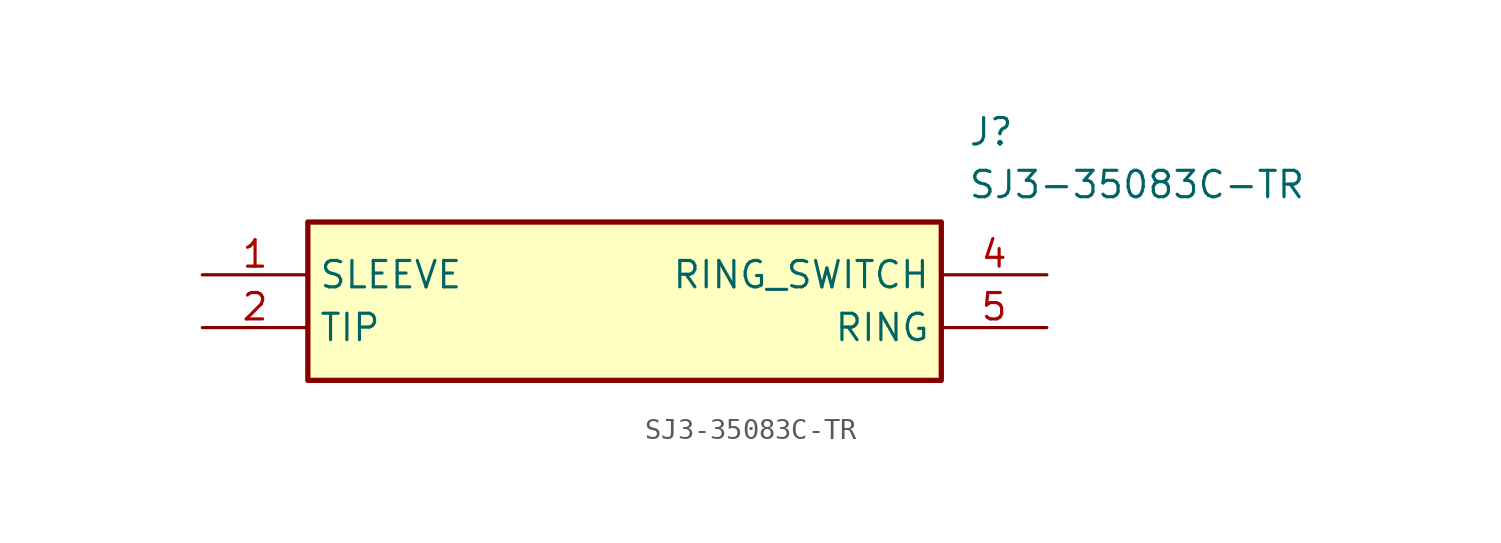
<source format=kicad_sym>
(kicad_symbol_lib
  (version 20211014)
  (generator SamacSys_ECAD_Model)
  (symbol "SJ3-35083C-TR"
    (property "Reference" "J"
      (at 36.83 7.62 0)
      (effects (font (size 1.27 1.27)) (justify left top)))
    (property "Value" "SJ3-35083C-TR"
      (at 36.83 5.08 0)
      (effects (font (size 1.27 1.27)) (justify left top)))
    (rectangle
      (start 5.08 2.54)
      (end 35.56 -5.08)
      (stroke (width 0.254) (type default))
      (fill (type background)))
    (pin passive line
      (at 0 0 0)
      (length 5.08)
      (name "SLEEVE" (effects (font (size 1.27 1.27))))
      (number "1" (effects (font (size 1.27 1.27)))))
    (pin passive line
      (at 0 -2.54 0)
      (length 5.08)
      (name "TIP" (effects (font (size 1.27 1.27))))
      (number "2" (effects (font (size 1.27 1.27)))))
    (pin passive line
      (at 40.64 0 180)
      (length 5.08)
      (name "RING_SWITCH" (effects (font (size 1.27 1.27))))
      (number "4" (effects (font (size 1.27 1.27)))))
    (pin passive line
      (at 40.64 -2.54 180)
      (length 5.08)
      (name "RING" (effects (font (size 1.27 1.27))))
      (number "5" (effects (font (size 1.27 1.27)))))))
</source>
